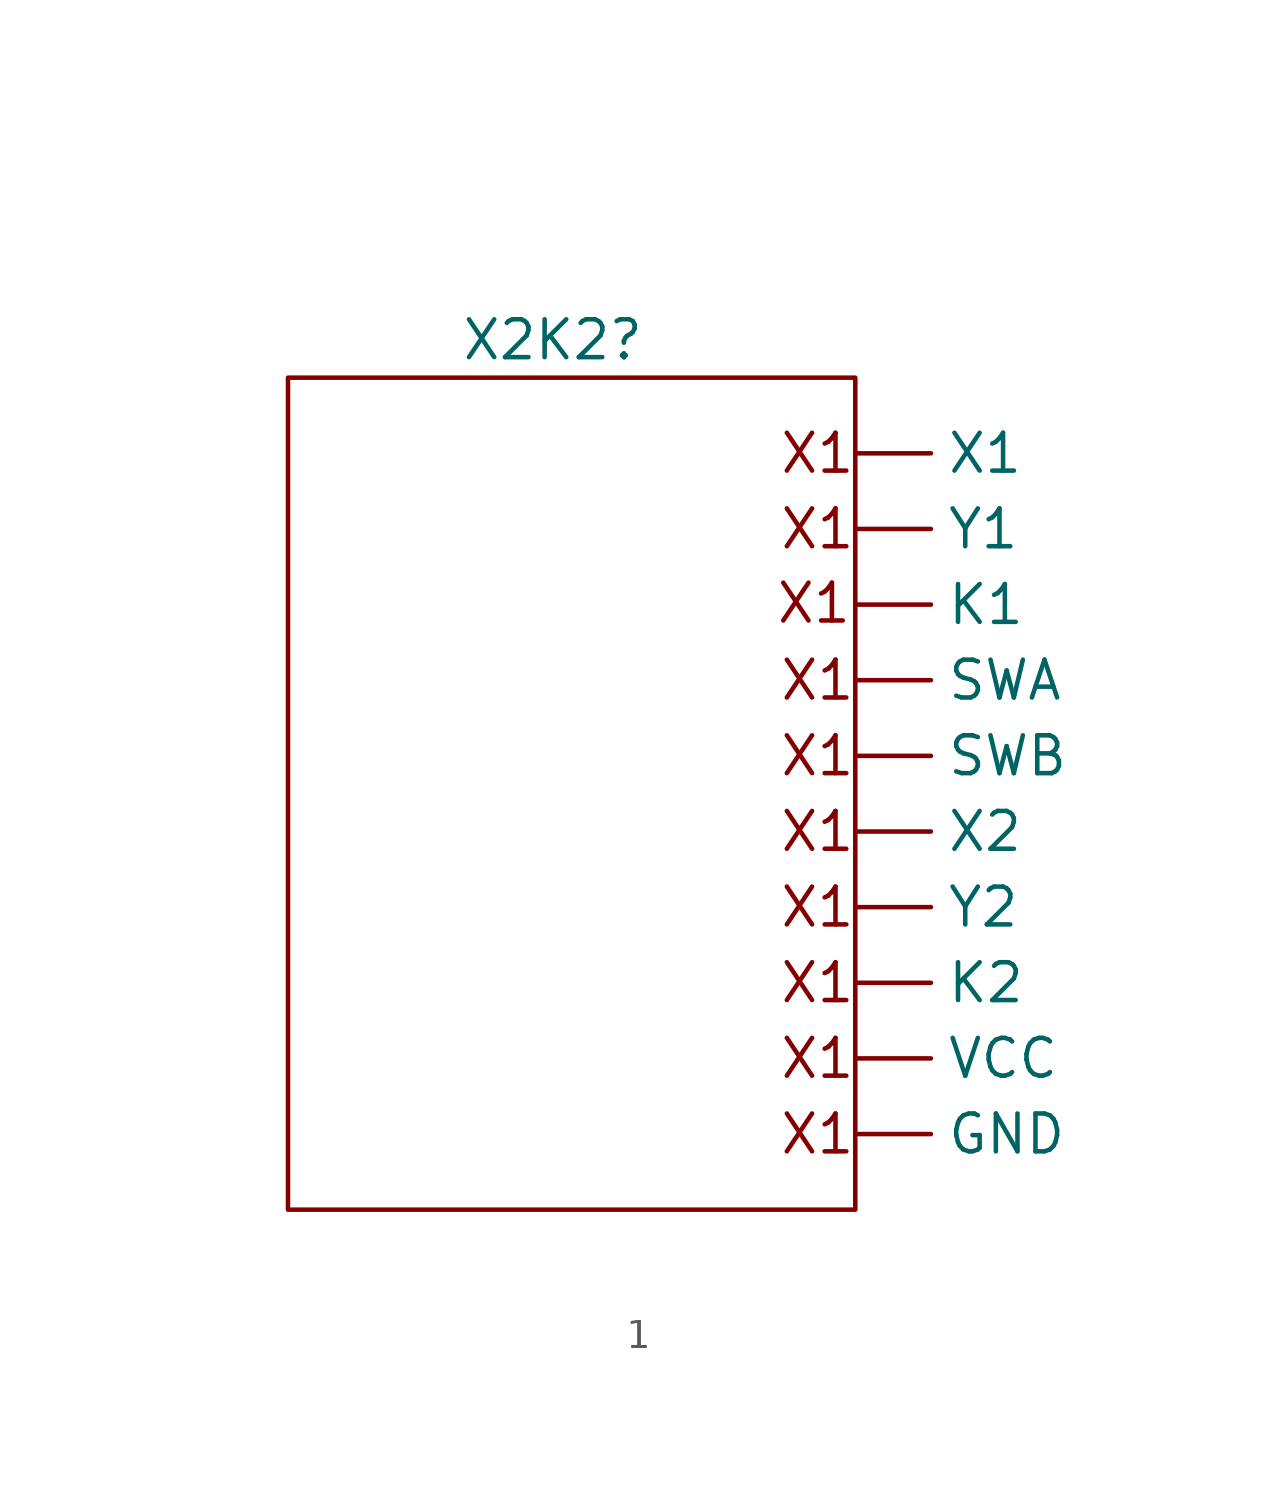
<source format=kicad_sym>
(kicad_symbol_lib
  (version 20220914)
  (generator kicad_symbol_editor)
  (symbol "1"
    (property "Reference" "X2K2"
      (at 11.43 -5.08 0)
      (effects (font (size 1.27 1.27))))
    (property "Value" ""
      (at 0 -1.27 0)
      (effects (font (size 1.27 1.27))))
    (symbol "1_0_1"
      (rectangle (start 2.54 -6.35) (end 21.59 -34.29) (stroke (width 0) (type default)) (fill (type none))))
    (symbol "1_1_1"
      (text "X1" (at 20.2 -13.924 0) (effects (font (size 1.27 1.27))))
      (text "X1" (at 20.32 -31.75 0) (effects (font (size 1.27 1.27))))
      (text "X1" (at 20.32 -29.21 0) (effects (font (size 1.27 1.27))))
      (text "X1" (at 20.32 -26.67 0) (effects (font (size 1.27 1.27))))
      (text "X1" (at 20.32 -24.13 0) (effects (font (size 1.27 1.27))))
      (text "X1" (at 20.32 -21.59 0) (effects (font (size 1.27 1.27))))
      (text "X1" (at 20.32 -19.05 0) (effects (font (size 1.27 1.27))))
      (text "X1" (at 20.32 -16.51 0) (effects (font (size 1.27 1.27))))
      (text "X1" (at 20.32 -11.43 0) (effects (font (size 1.27 1.27))))
      (text "X1" (at 20.32 -8.89 0) (effects (font (size 1.27 1.27))))
      (pin input line (at 21.59 -31.75 0) (length 2.54) (name "GND" (effects (font (size 1.27 1.27)))) (number "" (effects (font (size 1.27 1.27)))))
      (pin output line (at 21.59 -13.97 0) (length 2.54) (name "K1" (effects (font (size 1.27 1.27)))) (number "" (effects (font (size 1.27 1.27)))))
      (pin output line (at 21.59 -26.67 0) (length 2.54) (name "K2" (effects (font (size 1.27 1.27)))) (number "" (effects (font (size 1.27 1.27)))))
      (pin output line (at 21.59 -16.51 0) (length 2.54) (name "SWA" (effects (font (size 1.27 1.27)))) (number "" (effects (font (size 1.27 1.27)))))
      (pin output line (at 21.59 -19.05 0) (length 2.54) (name "SWB" (effects (font (size 1.27 1.27)))) (number "" (effects (font (size 1.27 1.27)))))
      (pin input line (at 21.59 -29.21 0) (length 2.54) (name "VCC" (effects (font (size 1.27 1.27)))) (number "" (effects (font (size 1.27 1.27)))))
      (pin output line (at 21.59 -8.89 0) (length 2.54) (name "X1" (effects (font (size 1.27 1.27)))) (number "" (effects (font (size 1.27 1.27)))))
      (pin output line (at 21.59 -21.59 0) (length 2.54) (name "X2" (effects (font (size 1.27 1.27)))) (number "" (effects (font (size 1.27 1.27)))))
      (pin output line (at 21.59 -11.43 0) (length 2.54) (name "Y1" (effects (font (size 1.27 1.27)))) (number "" (effects (font (size 1.27 1.27)))))
      (pin output line (at 21.59 -24.13 0) (length 2.54) (name "Y2" (effects (font (size 1.27 1.27)))) (number "" (effects (font (size 1.27 1.27))))))))
</source>
